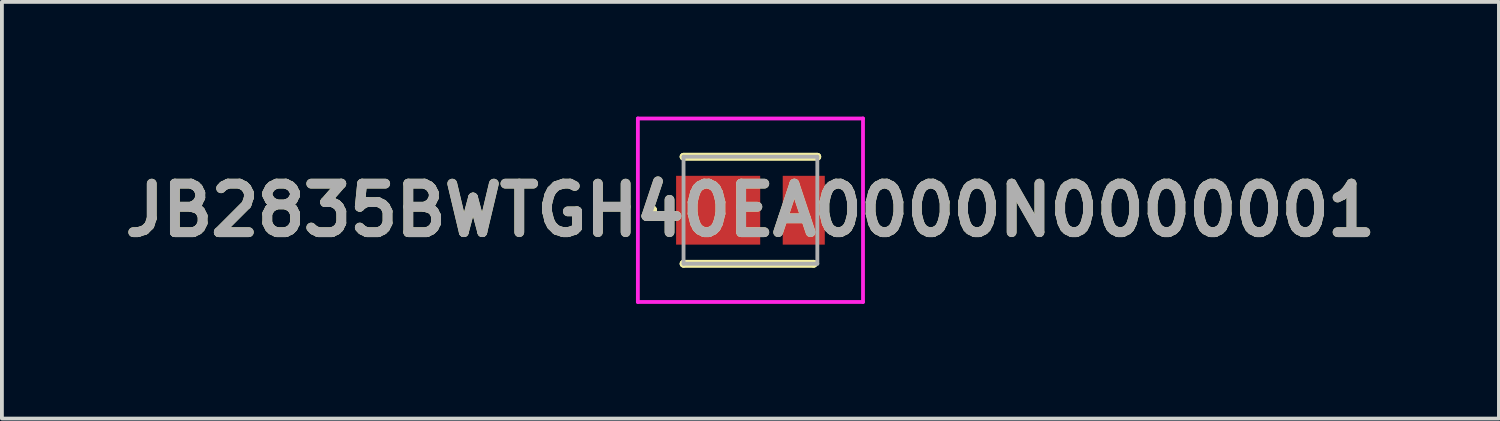
<source format=kicad_pcb>
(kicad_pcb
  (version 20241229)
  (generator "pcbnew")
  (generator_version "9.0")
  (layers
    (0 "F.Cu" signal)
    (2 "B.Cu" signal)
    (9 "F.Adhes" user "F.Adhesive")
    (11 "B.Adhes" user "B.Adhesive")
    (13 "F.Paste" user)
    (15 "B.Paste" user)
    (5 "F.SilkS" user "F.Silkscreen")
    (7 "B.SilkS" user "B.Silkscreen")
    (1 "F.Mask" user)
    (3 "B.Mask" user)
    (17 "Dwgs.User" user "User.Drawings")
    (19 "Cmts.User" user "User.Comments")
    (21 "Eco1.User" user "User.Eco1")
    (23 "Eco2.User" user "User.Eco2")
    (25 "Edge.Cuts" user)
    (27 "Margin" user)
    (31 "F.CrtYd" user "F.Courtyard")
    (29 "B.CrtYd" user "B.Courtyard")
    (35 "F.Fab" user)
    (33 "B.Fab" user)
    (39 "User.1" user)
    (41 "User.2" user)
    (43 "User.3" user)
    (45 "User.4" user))
  (footprint "JB2835BWTGH40EA0000N0000001"
    (layer "F.Cu")
    (at 15.738 2.45)
    (property "Reference" "JB2835BWTGH40EA0000N0000001" (at 0.845 0 0) (layer "F.SilkS") (effects (font (size 1.27 1.27) (thickness 0.254))))
    (attr smd)
    (fp_line (start -1.8 0) (end -1.8 0) (stroke (width 0.2) (type solid)) (layer "F.SilkS"))
    (fp_line (start -1.8 0) (end -1.8 0) (stroke (width 0.2) (type solid)) (layer "F.SilkS"))
    (fp_line (start -1.7 0) (end -1.7 0) (stroke (width 0.2) (type solid)) (layer "F.SilkS"))
    (fp_line (start -0.905 -1.4) (end -0.905 -1.4) (stroke (width 0.2) (type solid)) (layer "F.SilkS"))
    (fp_line (start -0.905 -1.4) (end 2.595 -1.4) (stroke (width 0.2) (type solid)) (layer "F.SilkS"))
    (fp_line (start -0.905 1.4) (end -0.905 1.4) (stroke (width 0.2) (type solid)) (layer "F.SilkS"))
    (fp_line (start -0.905 1.4) (end 2.5 1.4) (stroke (width 0.2) (type solid)) (layer "F.SilkS"))
    (fp_line (start 2.5 1.4) (end -0.905 1.4) (stroke (width 0.2) (type solid)) (layer "F.SilkS"))
    (fp_line (start 2.5 1.4) (end 2.5 1.4) (stroke (width 0.2) (type solid)) (layer "F.SilkS"))
    (fp_line (start 2.595 -1.4) (end -0.905 -1.4) (stroke (width 0.2) (type solid)) (layer "F.SilkS"))
    (fp_line (start 2.595 -1.4) (end 2.595 -1.4) (stroke (width 0.2) (type solid)) (layer "F.SilkS"))
    (fp_arc (start -1.8 0) (mid -1.75 -0.05) (end -1.7 0) (stroke (width 0.2) (type solid)) (layer "F.SilkS"))
    (fp_arc (start -1.7 0) (mid -1.75 0.05) (end -1.8 0) (stroke (width 0.2) (type solid)) (layer "F.SilkS"))
    (fp_arc (start -1.7 0) (mid -1.75 0.05) (end -1.8 0) (stroke (width 0.2) (type solid)) (layer "F.SilkS"))
    (fp_line (start -2.1 -2.4) (end 3.79 -2.4) (stroke (width 0.1) (type solid)) (layer "F.CrtYd"))
    (fp_line (start -2.1 2.4) (end -2.1 -2.4) (stroke (width 0.1) (type solid)) (layer "F.CrtYd"))
    (fp_line (start 3.79 -2.4) (end 3.79 2.4) (stroke (width 0.1) (type solid)) (layer "F.CrtYd"))
    (fp_line (start 3.79 2.4) (end -2.1 2.4) (stroke (width 0.1) (type solid)) (layer "F.CrtYd"))
    (fp_line (start -0.905 -1.4) (end -0.905 1.4) (stroke (width 0.1) (type solid)) (layer "F.Fab"))
    (fp_line (start -0.905 1.4) (end 2.595 1.4) (stroke (width 0.1) (type solid)) (layer "F.Fab"))
    (fp_line (start 2.595 -1.4) (end -0.905 -1.4) (stroke (width 0.1) (type solid)) (layer "F.Fab"))
    (fp_line (start 2.595 1.4) (end 2.595 -1.4) (stroke (width 0.1) (type solid)) (layer "F.Fab"))
    (fp_text user "${REFERENCE}" (at 0.845 0 0) (layer "F.Fab") (effects (font (size 1.27 1.27) (thickness 0.254))))
    (pad "1" smd rect (at 0 0 90) (size 1.8 2.2) (layers "F.Cu" "F.Mask" "F.Paste"))
    (pad "2" smd rect (at 2.24 0) (size 1.1 1.8) (layers "F.Cu" "F.Mask" "F.Paste")))
  (gr_rect
    (start -3 -3)
    (end 36.165 7.9)
    (stroke (width 0.1) (type default))
    (fill no)
    (layer "Edge.Cuts")))
</source>
